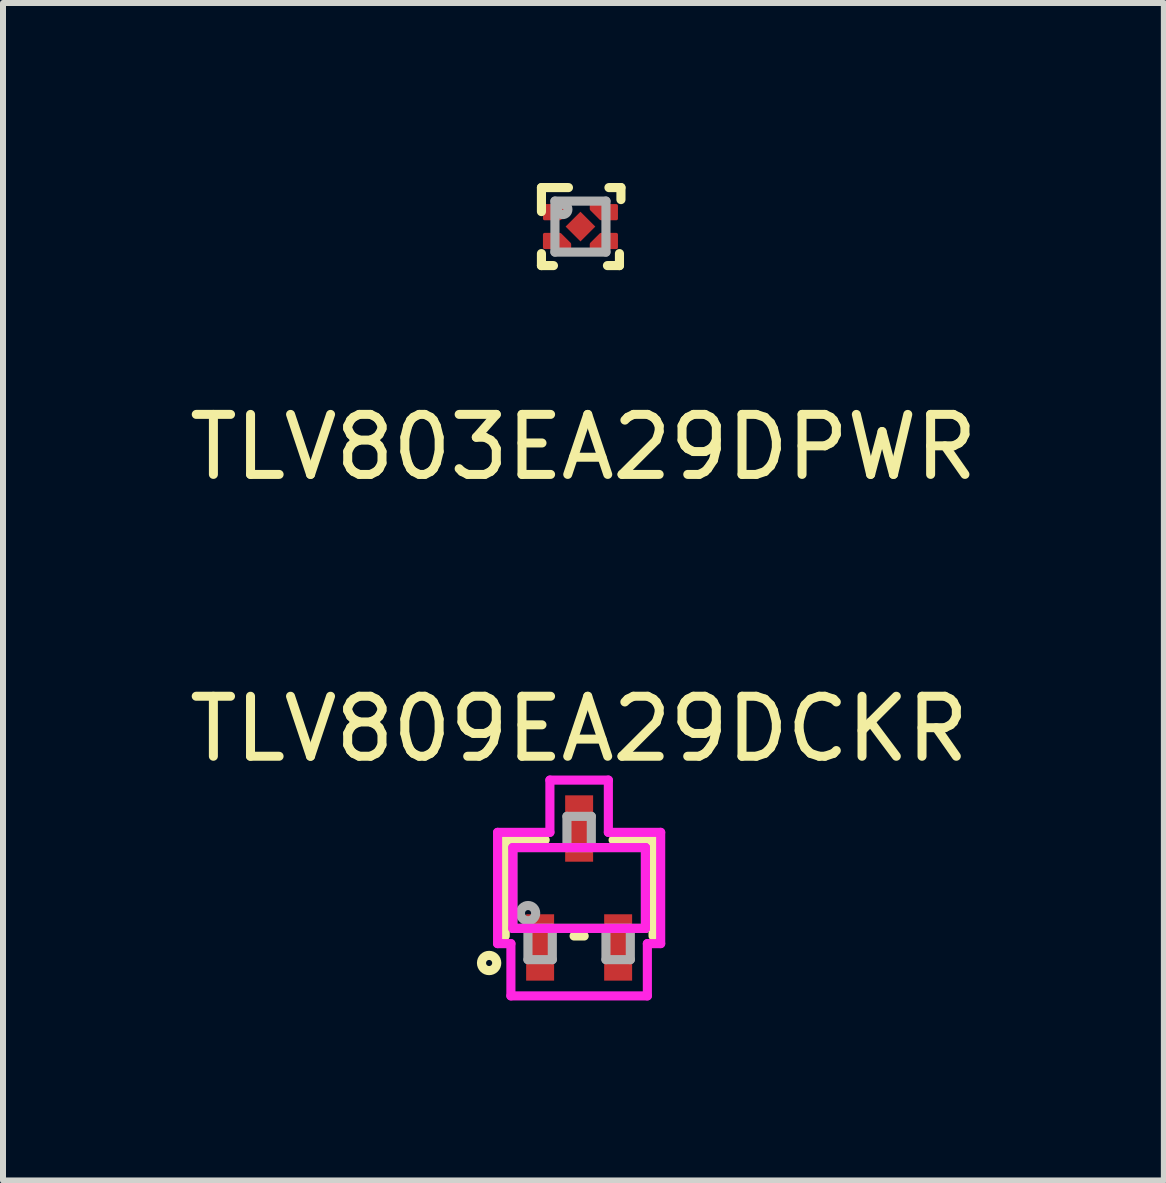
<source format=kicad_pcb>
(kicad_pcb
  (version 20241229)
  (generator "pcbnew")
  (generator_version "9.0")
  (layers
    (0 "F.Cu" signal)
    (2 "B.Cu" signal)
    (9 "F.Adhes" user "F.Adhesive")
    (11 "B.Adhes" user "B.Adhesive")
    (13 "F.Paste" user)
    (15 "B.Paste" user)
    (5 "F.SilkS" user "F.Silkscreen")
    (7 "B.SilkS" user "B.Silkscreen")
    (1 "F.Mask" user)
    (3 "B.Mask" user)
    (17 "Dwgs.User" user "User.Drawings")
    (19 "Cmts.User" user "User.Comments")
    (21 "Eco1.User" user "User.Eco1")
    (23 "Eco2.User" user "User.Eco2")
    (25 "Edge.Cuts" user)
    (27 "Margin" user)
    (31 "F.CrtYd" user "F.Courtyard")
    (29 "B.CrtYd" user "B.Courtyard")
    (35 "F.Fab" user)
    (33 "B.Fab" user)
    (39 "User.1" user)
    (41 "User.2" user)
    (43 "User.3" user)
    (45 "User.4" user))
  (footprint "TLV803EA29DPWR"
    (layer "F.Cu")
    (at 6.623 0.726)
    (property "Reference" "TLV803EA29DPWR" (at 0.05 3.675 0) (layer "F.SilkS") (effects (font (size 1 1) (thickness 0.15))))
    (attr through_hole)
    (fp_line (start -0.65 -0.65) (end -0.2 -0.65) (stroke (width 0.152) (type solid)) (layer "F.SilkS"))
    (fp_line (start -0.65 -0.25) (end -0.65 -0.65) (stroke (width 0.152) (type solid)) (layer "F.SilkS"))
    (fp_line (start -0.65 0.65) (end -0.65 0.45) (stroke (width 0.152) (type solid)) (layer "F.SilkS"))
    (fp_line (start -0.65 0.65) (end -0.45 0.65) (stroke (width 0.152) (type solid)) (layer "F.SilkS"))
    (fp_line (start 0.45 0.65) (end 0.65 0.65) (stroke (width 0.152) (type solid)) (layer "F.SilkS"))
    (fp_line (start 0.475 -0.65) (end 0.675 -0.65) (stroke (width 0.152) (type solid)) (layer "F.SilkS"))
    (fp_line (start 0.65 0.65) (end 0.65 0.45) (stroke (width 0.152) (type solid)) (layer "F.SilkS"))
    (fp_line (start 0.675 -0.45) (end 0.675 -0.65) (stroke (width 0.152) (type solid)) (layer "F.SilkS"))
    (fp_line (start -0.425 -0.425) (end 0.425 -0.425) (stroke (width 0.152) (type solid)) (layer "F.Fab"))
    (fp_line (start -0.425 0.425) (end -0.425 -0.425) (stroke (width 0.152) (type solid)) (layer "F.Fab"))
    (fp_line (start -0.425 0.425) (end 0.425 0.425) (stroke (width 0.152) (type solid)) (layer "F.Fab"))
    (fp_line (start 0.425 0.425) (end 0.425 -0.425) (stroke (width 0.152) (type solid)) (layer "F.Fab"))
    (fp_circle (center -0.295 -0.286) (end -0.209 -0.286) (stroke (width 0.152) (type solid)) (fill no) (layer "F.Fab"))
    (pad "1" smd custom (at -0.48 -0.24) (size 0.18 0.22) (layers "F.Cu" "F.Mask" "F.Paste") (options (anchor rect)) (primitives (gr_poly (pts (xy 0.3 -0.05) (xy 0.14 0.11) (xy -0.12 0.11) (xy -0.12 -0.11) (xy 0.3 -0.11)) (width 0.05) (fill yes))))
    (pad "2" smd custom (at -0.48 0.24 180) (size 0.22 0.22) (layers "F.Cu" "F.Mask" "F.Paste") (options (anchor rect)) (primitives (gr_poly (pts (xy -0.3 -0.05) (xy -0.14 0.11) (xy 0.12 0.11) (xy 0.12 -0.11) (xy -0.3 -0.11)) (width 0.05) (fill yes))))
    (pad "3" smd rect (at 0 0 135) (size 0.35 0.35) (layers "F.Cu" "F.Mask" "F.Paste"))
    (pad "4" smd custom (at 0.48 0.24 180) (size 0.18 0.22) (layers "F.Cu" "F.Mask" "F.Paste") (options (anchor rect)) (primitives (gr_poly (pts (xy 0.3 -0.05) (xy 0.14 0.11) (xy -0.12 0.11) (xy -0.12 -0.11) (xy 0.3 -0.11)) (width 0.05) (fill yes))))
    (pad "5" smd custom (at 0.48 -0.24) (size 0.18 0.22) (layers "F.Cu" "F.Mask" "F.Paste") (options (anchor rect)) (primitives (gr_poly (pts (xy -0.3 -0.05) (xy -0.14 0.11) (xy 0.12 0.11) (xy 0.12 -0.11) (xy -0.3 -0.11)) (width 0.05) (fill yes)))))
  (footprint "TLV809EA29DCKR"
    (layer "F.Cu")
    (at 6.601 11.748)
    (property "Reference" "TLV809EA29DCKR" (at 0 -2.65 0) (layer "F.SilkS") (effects (font (size 1 1) (thickness 0.15))))
    (attr through_hole)
    (fp_line (start -1.232 -0.8) (end -1.232 0.8) (stroke (width 0.152) (type solid)) (layer "F.SilkS"))
    (fp_line (start -0.566 -0.8) (end -1.232 -0.8) (stroke (width 0.152) (type solid)) (layer "F.SilkS"))
    (fp_line (start -0.084 0.8) (end 0.084 0.8) (stroke (width 0.152) (type solid)) (layer "F.SilkS"))
    (fp_line (start 1.232 -0.8) (end 0.566 -0.8) (stroke (width 0.152) (type solid)) (layer "F.SilkS"))
    (fp_line (start 1.232 0.8) (end 1.232 -0.8) (stroke (width 0.152) (type solid)) (layer "F.SilkS"))
    (fp_circle (center -1.5 1.25) (end -1.373 1.25) (stroke (width 0.152) (type solid)) (fill no) (layer "F.SilkS"))
    (fp_line (start -1.359 -0.927) (end -0.487 -0.927) (stroke (width 0.152) (type solid)) (layer "F.CrtYd"))
    (fp_line (start -1.359 0.927) (end -1.359 -0.927) (stroke (width 0.152) (type solid)) (layer "F.CrtYd"))
    (fp_line (start -1.137 0.927) (end -1.359 0.927) (stroke (width 0.152) (type solid)) (layer "F.CrtYd"))
    (fp_line (start -1.137 1.798) (end -1.137 0.927) (stroke (width 0.152) (type solid)) (layer "F.CrtYd"))
    (fp_line (start -1.105 -0.673) (end 1.105 -0.673) (stroke (width 0.152) (type solid)) (layer "F.CrtYd"))
    (fp_line (start -1.105 0.673) (end -1.105 -0.673) (stroke (width 0.152) (type solid)) (layer "F.CrtYd"))
    (fp_line (start -0.487 -1.798) (end 0.487 -1.798) (stroke (width 0.152) (type solid)) (layer "F.CrtYd"))
    (fp_line (start -0.487 -0.927) (end -0.487 -1.798) (stroke (width 0.152) (type solid)) (layer "F.CrtYd"))
    (fp_line (start 0.487 -1.798) (end 0.487 -0.927) (stroke (width 0.152) (type solid)) (layer "F.CrtYd"))
    (fp_line (start 0.487 -0.927) (end 1.359 -0.927) (stroke (width 0.152) (type solid)) (layer "F.CrtYd"))
    (fp_line (start 1.105 -0.673) (end 1.105 0.673) (stroke (width 0.152) (type solid)) (layer "F.CrtYd"))
    (fp_line (start 1.105 0.673) (end -1.105 0.673) (stroke (width 0.152) (type solid)) (layer "F.CrtYd"))
    (fp_line (start 1.137 0.927) (end 1.137 1.798) (stroke (width 0.152) (type solid)) (layer "F.CrtYd"))
    (fp_line (start 1.137 1.798) (end -1.137 1.798) (stroke (width 0.152) (type solid)) (layer "F.CrtYd"))
    (fp_line (start 1.359 -0.927) (end 1.359 0.927) (stroke (width 0.152) (type solid)) (layer "F.CrtYd"))
    (fp_line (start 1.359 0.927) (end 1.137 0.927) (stroke (width 0.152) (type solid)) (layer "F.CrtYd"))
    (fp_line (start -1.105 -0.673) (end -1.105 0.673) (stroke (width 0.152) (type solid)) (layer "F.Fab"))
    (fp_line (start -1.105 0.673) (end 1.105 0.673) (stroke (width 0.152) (type solid)) (layer "F.Fab"))
    (fp_line (start -0.853 0.673) (end -0.853 1.194) (stroke (width 0.152) (type solid)) (layer "F.Fab"))
    (fp_line (start -0.853 1.194) (end -0.447 1.194) (stroke (width 0.152) (type solid)) (layer "F.Fab"))
    (fp_line (start -0.447 0.673) (end -0.853 0.673) (stroke (width 0.152) (type solid)) (layer "F.Fab"))
    (fp_line (start -0.447 1.194) (end -0.447 0.673) (stroke (width 0.152) (type solid)) (layer "F.Fab"))
    (fp_line (start -0.203 -1.194) (end -0.203 -0.673) (stroke (width 0.152) (type solid)) (layer "F.Fab"))
    (fp_line (start -0.203 -0.673) (end 0.203 -0.673) (stroke (width 0.152) (type solid)) (layer "F.Fab"))
    (fp_line (start 0.203 -1.194) (end -0.203 -1.194) (stroke (width 0.152) (type solid)) (layer "F.Fab"))
    (fp_line (start 0.203 -0.673) (end 0.203 -1.194) (stroke (width 0.152) (type solid)) (layer "F.Fab"))
    (fp_line (start 0.447 0.673) (end 0.447 1.194) (stroke (width 0.152) (type solid)) (layer "F.Fab"))
    (fp_line (start 0.447 1.194) (end 0.853 1.194) (stroke (width 0.152) (type solid)) (layer "F.Fab"))
    (fp_line (start 0.853 0.673) (end 0.447 0.673) (stroke (width 0.152) (type solid)) (layer "F.Fab"))
    (fp_line (start 0.853 1.194) (end 0.853 0.673) (stroke (width 0.152) (type solid)) (layer "F.Fab"))
    (fp_line (start 1.105 -0.673) (end -1.105 -0.673) (stroke (width 0.152) (type solid)) (layer "F.Fab"))
    (fp_line (start 1.105 0.673) (end 1.105 -0.673) (stroke (width 0.152) (type solid)) (layer "F.Fab"))
    (fp_circle (center -0.851 0.419) (end -0.724 0.419) (stroke (width 0.152) (type solid)) (fill no) (layer "F.Fab"))
    (pad "1" smd rect (at -0.65 0.991) (size 0.466 1.106) (layers "F.Cu" "F.Mask" "F.Paste"))
    (pad "2" smd rect (at 0.65 0.991) (size 0.466 1.106) (layers "F.Cu" "F.Mask" "F.Paste"))
    (pad "3" smd rect (at 0 -0.991) (size 0.466 1.106) (layers "F.Cu" "F.Mask" "F.Paste")))
  (gr_rect
    (start -3 -3)
    (end 16.345 16.622)
    (stroke (width 0.1) (type default))
    (fill no)
    (layer "Edge.Cuts")))
</source>
